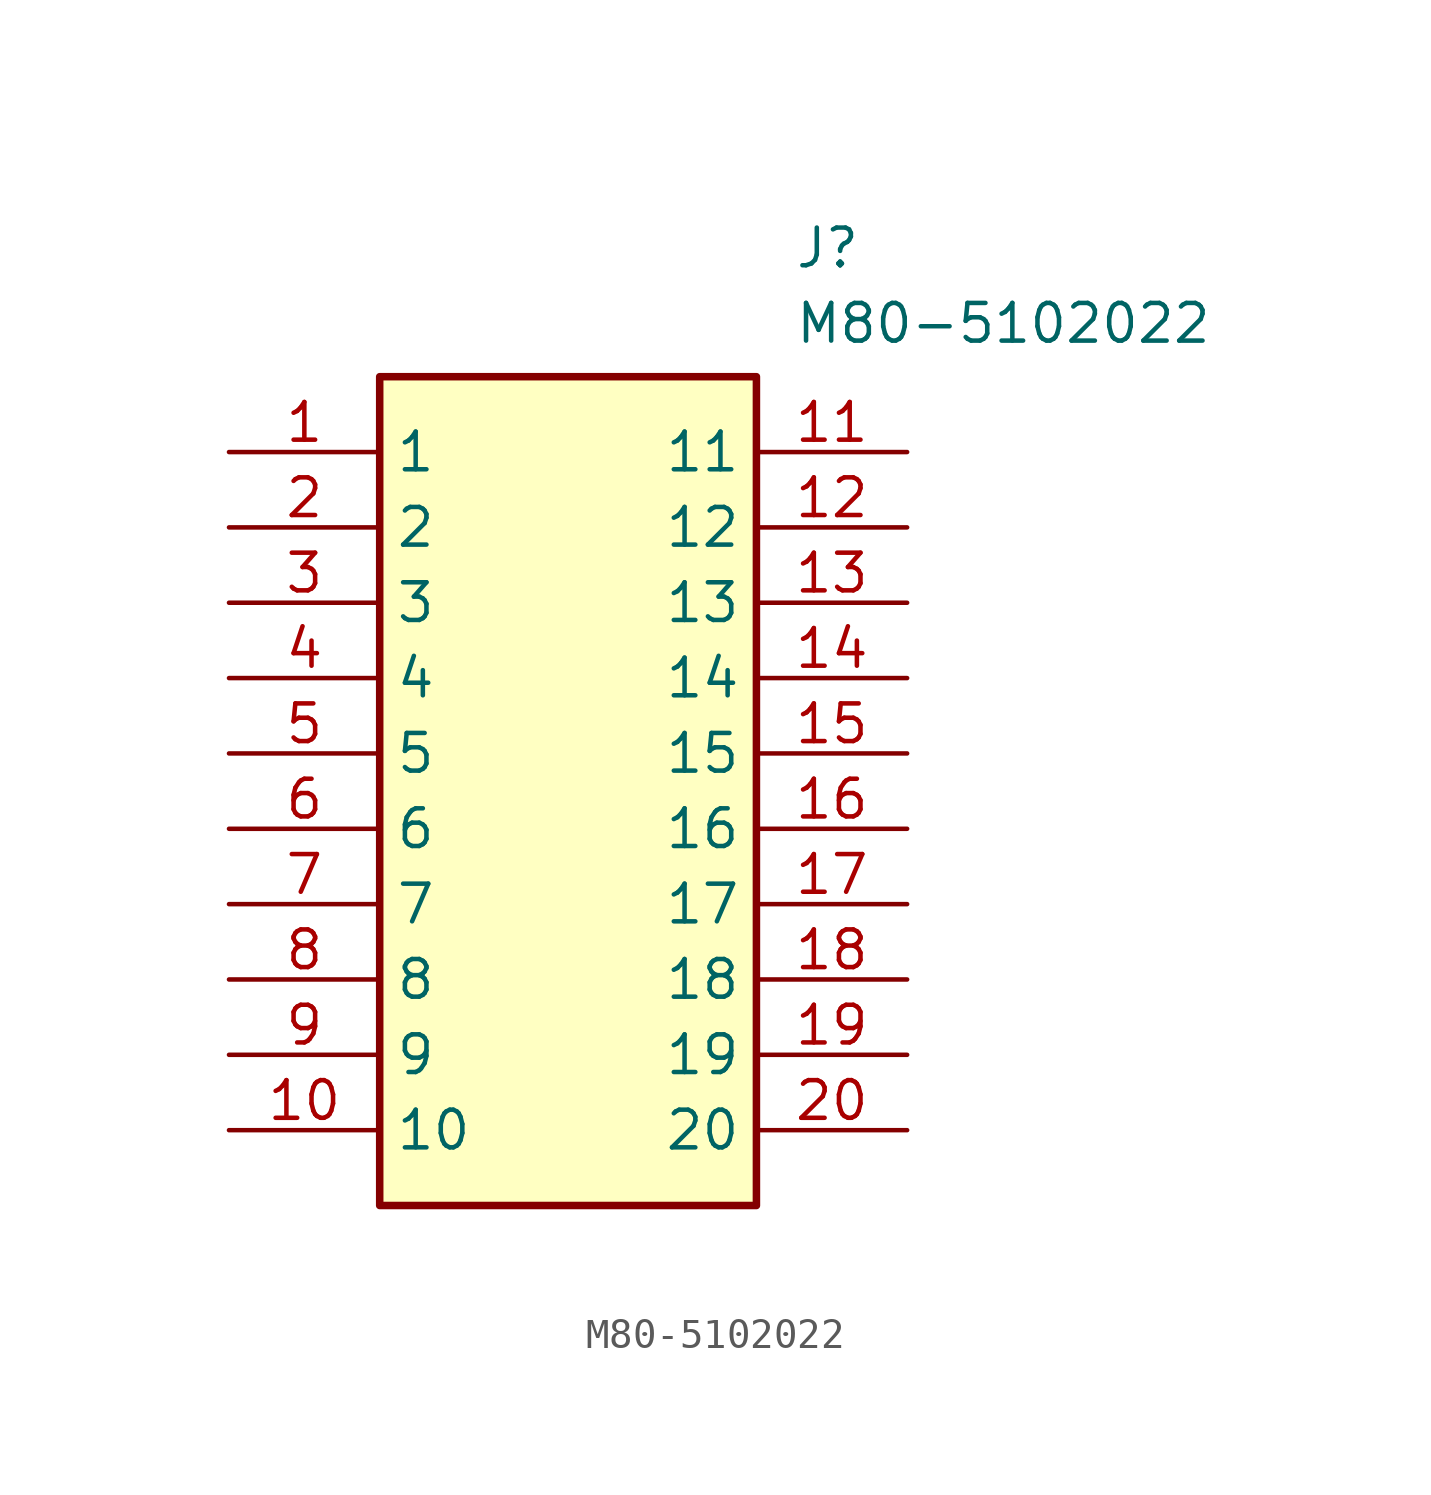
<source format=kicad_sym>
(kicad_symbol_lib
  (version 20211014)
  (generator SamacSys_ECAD_Model)
  (symbol "M80-5102022"
    (property "Reference" "J"
      (at 19.05 7.62 0)
      (effects (font (size 1.27 1.27)) (justify left top)))
    (property "Value" "M80-5102022"
      (at 19.05 5.08 0)
      (effects (font (size 1.27 1.27)) (justify left top)))
    (rectangle
      (start 5.08 2.54)
      (end 17.78 -25.4)
      (stroke (width 0.254) (type default))
      (fill (type background)))
    (pin passive line
      (at 0 0 0)
      (length 5.08)
      (name "1" (effects (font (size 1.27 1.27))))
      (number "1" (effects (font (size 1.27 1.27)))))
    (pin passive line
      (at 0 -2.54 0)
      (length 5.08)
      (name "2" (effects (font (size 1.27 1.27))))
      (number "2" (effects (font (size 1.27 1.27)))))
    (pin passive line
      (at 0 -5.08 0)
      (length 5.08)
      (name "3" (effects (font (size 1.27 1.27))))
      (number "3" (effects (font (size 1.27 1.27)))))
    (pin passive line
      (at 0 -7.62 0)
      (length 5.08)
      (name "4" (effects (font (size 1.27 1.27))))
      (number "4" (effects (font (size 1.27 1.27)))))
    (pin passive line
      (at 0 -10.16 0)
      (length 5.08)
      (name "5" (effects (font (size 1.27 1.27))))
      (number "5" (effects (font (size 1.27 1.27)))))
    (pin passive line
      (at 0 -12.7 0)
      (length 5.08)
      (name "6" (effects (font (size 1.27 1.27))))
      (number "6" (effects (font (size 1.27 1.27)))))
    (pin passive line
      (at 0 -15.24 0)
      (length 5.08)
      (name "7" (effects (font (size 1.27 1.27))))
      (number "7" (effects (font (size 1.27 1.27)))))
    (pin passive line
      (at 0 -17.78 0)
      (length 5.08)
      (name "8" (effects (font (size 1.27 1.27))))
      (number "8" (effects (font (size 1.27 1.27)))))
    (pin passive line
      (at 0 -20.32 0)
      (length 5.08)
      (name "9" (effects (font (size 1.27 1.27))))
      (number "9" (effects (font (size 1.27 1.27)))))
    (pin passive line
      (at 0 -22.86 0)
      (length 5.08)
      (name "10" (effects (font (size 1.27 1.27))))
      (number "10" (effects (font (size 1.27 1.27)))))
    (pin passive line
      (at 22.86 0 180)
      (length 5.08)
      (name "11" (effects (font (size 1.27 1.27))))
      (number "11" (effects (font (size 1.27 1.27)))))
    (pin passive line
      (at 22.86 -2.54 180)
      (length 5.08)
      (name "12" (effects (font (size 1.27 1.27))))
      (number "12" (effects (font (size 1.27 1.27)))))
    (pin passive line
      (at 22.86 -5.08 180)
      (length 5.08)
      (name "13" (effects (font (size 1.27 1.27))))
      (number "13" (effects (font (size 1.27 1.27)))))
    (pin passive line
      (at 22.86 -7.62 180)
      (length 5.08)
      (name "14" (effects (font (size 1.27 1.27))))
      (number "14" (effects (font (size 1.27 1.27)))))
    (pin passive line
      (at 22.86 -10.16 180)
      (length 5.08)
      (name "15" (effects (font (size 1.27 1.27))))
      (number "15" (effects (font (size 1.27 1.27)))))
    (pin passive line
      (at 22.86 -12.7 180)
      (length 5.08)
      (name "16" (effects (font (size 1.27 1.27))))
      (number "16" (effects (font (size 1.27 1.27)))))
    (pin passive line
      (at 22.86 -15.24 180)
      (length 5.08)
      (name "17" (effects (font (size 1.27 1.27))))
      (number "17" (effects (font (size 1.27 1.27)))))
    (pin passive line
      (at 22.86 -17.78 180)
      (length 5.08)
      (name "18" (effects (font (size 1.27 1.27))))
      (number "18" (effects (font (size 1.27 1.27)))))
    (pin passive line
      (at 22.86 -20.32 180)
      (length 5.08)
      (name "19" (effects (font (size 1.27 1.27))))
      (number "19" (effects (font (size 1.27 1.27)))))
    (pin passive line
      (at 22.86 -22.86 180)
      (length 5.08)
      (name "20" (effects (font (size 1.27 1.27))))
      (number "20" (effects (font (size 1.27 1.27)))))))
</source>
